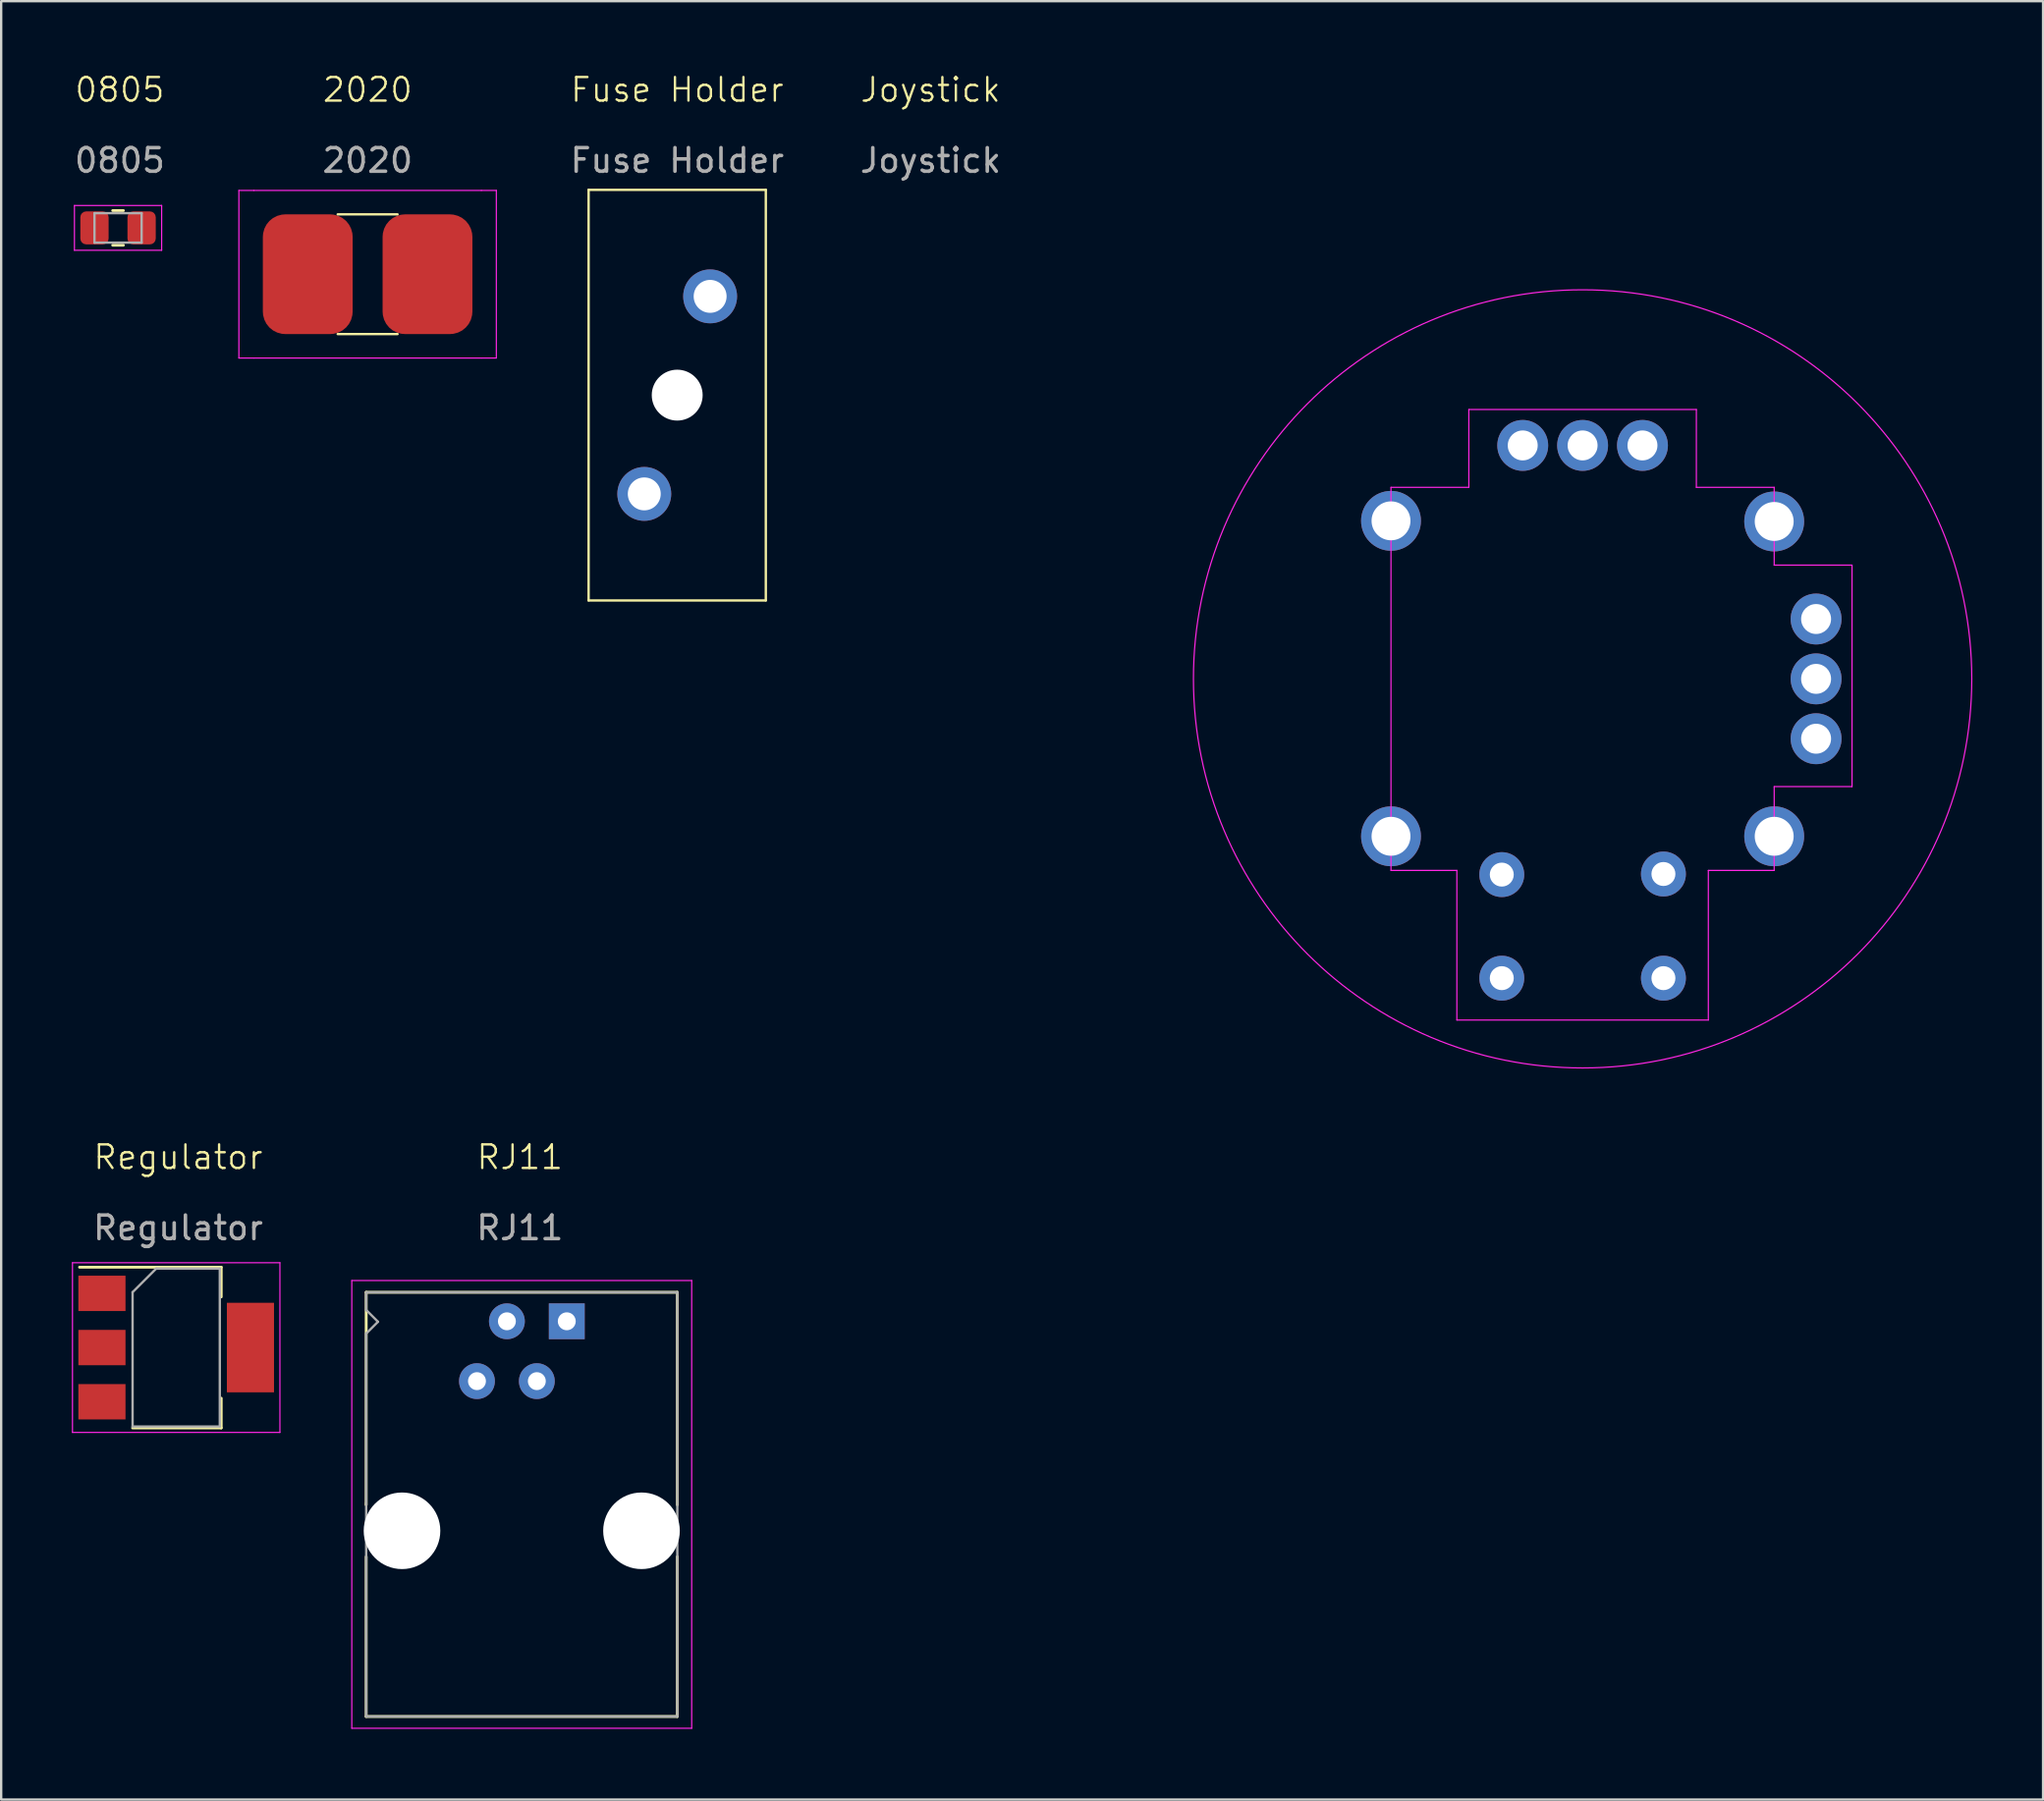
<source format=kicad_pcb>
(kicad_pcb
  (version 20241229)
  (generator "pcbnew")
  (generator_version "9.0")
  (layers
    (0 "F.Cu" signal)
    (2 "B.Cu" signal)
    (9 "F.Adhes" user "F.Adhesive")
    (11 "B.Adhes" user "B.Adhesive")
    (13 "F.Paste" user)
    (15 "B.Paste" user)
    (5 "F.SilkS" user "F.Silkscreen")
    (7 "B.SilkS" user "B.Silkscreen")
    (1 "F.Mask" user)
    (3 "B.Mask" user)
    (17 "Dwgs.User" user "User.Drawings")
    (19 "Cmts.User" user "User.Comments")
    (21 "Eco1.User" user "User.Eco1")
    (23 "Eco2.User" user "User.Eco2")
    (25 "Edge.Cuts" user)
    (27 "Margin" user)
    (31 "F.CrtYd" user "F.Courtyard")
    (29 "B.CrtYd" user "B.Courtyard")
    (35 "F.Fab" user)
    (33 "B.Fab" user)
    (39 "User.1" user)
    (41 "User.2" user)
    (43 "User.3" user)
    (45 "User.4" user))
  (footprint "0805"
    (layer "F.Cu")
    (at 2.03 6.554)
    (property "Reference" "0805" (at 0 -5.794 0) (unlocked yes) (layer "F.SilkS") (effects (font (size 1 1) (thickness 0.1))))
    (attr smd)
    (fp_line (start -0.299 -0.669) (end 0.155 -0.669) (stroke (width 0.12) (type solid)) (layer "F.SilkS"))
    (fp_line (start -0.299 0.801) (end 0.155 0.801) (stroke (width 0.12) (type solid)) (layer "F.SilkS"))
    (fp_line (start -1.922 -0.884) (end 1.778 -0.884) (stroke (width 0.05) (type solid)) (layer "F.CrtYd"))
    (fp_line (start -1.922 1.016) (end -1.922 -0.884) (stroke (width 0.05) (type solid)) (layer "F.CrtYd"))
    (fp_line (start 1.778 -0.884) (end 1.778 1.016) (stroke (width 0.05) (type solid)) (layer "F.CrtYd"))
    (fp_line (start 1.778 1.016) (end -1.922 1.016) (stroke (width 0.05) (type solid)) (layer "F.CrtYd"))
    (fp_line (start -1.072 -0.559) (end 0.928 -0.559) (stroke (width 0.1) (type solid)) (layer "F.Fab"))
    (fp_line (start -1.072 0.691) (end -1.072 -0.559) (stroke (width 0.1) (type solid)) (layer "F.Fab"))
    (fp_line (start 0.928 -0.559) (end 0.928 0.691) (stroke (width 0.1) (type solid)) (layer "F.Fab"))
    (fp_line (start 0.928 0.691) (end -1.072 0.691) (stroke (width 0.1) (type solid)) (layer "F.Fab"))
    (fp_text user "${REFERENCE}" (at 0 -2.794 0) (unlocked yes) (layer "F.Fab") (effects (font (size 1 1) (thickness 0.15))))
    (pad "1" smd roundrect (at -1.072 0.066) (size 1.2 1.4) (layers "F.Cu" "F.Mask" "F.Paste") (roundrect_rratio 0.208))
    (pad "2" smd roundrect (at 0.928 0.066) (size 1.2 1.4) (layers "F.Cu" "F.Mask" "F.Paste") (roundrect_rratio 0.208)))
  (footprint "RJ11"
    (layer "F.Cu")
    (at 19.107 60.305)
    (property "Reference" "RJ11" (at -0.102 -14.252 0) (unlocked yes) (layer "F.SilkS") (effects (font (size 1 1) (thickness 0.1))))
    (attr through_hole)
    (fp_line (start -6.622 -8.518) (end 6.578 -8.518) (stroke (width 0.12) (type solid)) (layer "F.SilkS"))
    (fp_line (start -6.622 0.432) (end -6.622 0.502) (stroke (width 0.1) (type solid)) (layer "F.SilkS"))
    (fp_line (start -6.622 0.502) (end -6.622 -8.518) (stroke (width 0.12) (type solid)) (layer "F.SilkS"))
    (fp_line (start -6.622 9.482) (end -6.622 2.702) (stroke (width 0.12) (type solid)) (layer "F.SilkS"))
    (fp_line (start 6.578 -8.518) (end 6.578 0.502) (stroke (width 0.12) (type solid)) (layer "F.SilkS"))
    (fp_line (start 6.578 9.362) (end 6.578 9.482) (stroke (width 0.1) (type solid)) (layer "F.SilkS"))
    (fp_line (start 6.578 9.472) (end 6.578 9.482) (stroke (width 0.1) (type solid)) (layer "F.SilkS"))
    (fp_line (start 6.578 9.482) (end -6.622 9.482) (stroke (width 0.12) (type solid)) (layer "F.SilkS"))
    (fp_line (start 6.578 9.482) (end 6.578 2.702) (stroke (width 0.12) (type solid)) (layer "F.SilkS"))
    (fp_line (start -7.232 -9.018) (end 7.188 -9.018) (stroke (width 0.05) (type solid)) (layer "F.CrtYd"))
    (fp_line (start -7.232 9.982) (end -7.232 -9.018) (stroke (width 0.05) (type solid)) (layer "F.CrtYd"))
    (fp_line (start 7.188 -9.018) (end 7.188 9.982) (stroke (width 0.05) (type solid)) (layer "F.CrtYd"))
    (fp_line (start 7.188 9.982) (end -7.232 9.982) (stroke (width 0.05) (type solid)) (layer "F.CrtYd"))
    (fp_line (start -6.622 -8.518) (end 6.578 -8.518) (stroke (width 0.1) (type solid)) (layer "F.Fab"))
    (fp_line (start -6.622 -7.768) (end -6.622 -8.518) (stroke (width 0.1) (type solid)) (layer "F.Fab"))
    (fp_line (start -6.622 -6.768) (end -6.122 -7.268) (stroke (width 0.1) (type solid)) (layer "F.Fab"))
    (fp_line (start -6.622 9.482) (end -6.622 -6.768) (stroke (width 0.1) (type solid)) (layer "F.Fab"))
    (fp_line (start -6.122 -7.268) (end -6.622 -7.768) (stroke (width 0.1) (type solid)) (layer "F.Fab"))
    (fp_line (start 6.578 -8.518) (end 6.578 9.482) (stroke (width 0.1) (type solid)) (layer "F.Fab"))
    (fp_line (start 6.578 9.482) (end -6.622 9.482) (stroke (width 0.1) (type solid)) (layer "F.Fab"))
    (fp_text user "${REFERENCE}" (at -0.102 -11.252 0) (unlocked yes) (layer "F.Fab") (effects (font (size 1 1) (thickness 0.15))))
    (pad "" np_thru_hole circle (at -5.102 1.602) (size 3.25 3.25) (drill 3.25) (layers "*.Cu" "*.Mask"))
    (pad "" np_thru_hole circle (at 5.058 1.602) (size 3.25 3.25) (drill 3.25) (layers "*.Cu" "*.Mask"))
    (pad "1" thru_hole rect (at 1.888 -7.288) (size 1.52 1.52) (drill 0.76) (layers "*.Cu" "*.Mask"))
    (pad "2" thru_hole circle (at 0.618 -4.748) (size 1.52 1.52) (drill 0.76) (layers "*.Cu" "*.Mask"))
    (pad "3" thru_hole circle (at -0.652 -7.288) (size 1.52 1.52) (drill 0.76) (layers "*.Cu" "*.Mask"))
    (pad "4" thru_hole circle (at -1.922 -4.748) (size 1.52 1.52) (drill 0.76) (layers "*.Cu" "*.Mask")))
  (footprint "Joystick"
    (layer "F.Cu")
    (at 64.091 25.757)
    (property "Reference" "Joystick" (at -27.661 -24.996 0) (unlocked yes) (layer "F.SilkS") (effects (font (size 1 1) (thickness 0.1))))
    (attr through_hole)
    (fp_line (start -8.129 -8.128) (end -8.129 8.128) (stroke (width 0.05) (type default)) (layer "F.CrtYd"))
    (fp_line (start -8.129 -8.128) (end -4.826 -8.128) (stroke (width 0.05) (type default)) (layer "F.CrtYd"))
    (fp_line (start -8.129 8.128) (end -5.334 8.128) (stroke (width 0.05) (type default)) (layer "F.CrtYd"))
    (fp_line (start -5.334 14.478) (end -5.334 8.128) (stroke (width 0.05) (type default)) (layer "F.CrtYd"))
    (fp_line (start -4.826 -11.43) (end -4.826 -8.128) (stroke (width 0.05) (type default)) (layer "F.CrtYd"))
    (fp_line (start 4.826 -11.43) (end -4.826 -11.43) (stroke (width 0.05) (type default)) (layer "F.CrtYd"))
    (fp_line (start 4.826 -8.128) (end 4.826 -11.43) (stroke (width 0.05) (type default)) (layer "F.CrtYd"))
    (fp_line (start 5.334 8.128) (end 5.334 14.478) (stroke (width 0.05) (type default)) (layer "F.CrtYd"))
    (fp_line (start 5.334 14.478) (end -5.334 14.478) (stroke (width 0.05) (type default)) (layer "F.CrtYd"))
    (fp_line (start 8.127 -8.128) (end 4.826 -8.128) (stroke (width 0.05) (type default)) (layer "F.CrtYd"))
    (fp_line (start 8.127 -8.128) (end 8.128 -4.826) (stroke (width 0.05) (type default)) (layer "F.CrtYd"))
    (fp_line (start 8.127 8.128) (end 5.334 8.128) (stroke (width 0.05) (type default)) (layer "F.CrtYd"))
    (fp_line (start 8.127 8.128) (end 8.128 4.572) (stroke (width 0.05) (type default)) (layer "F.CrtYd"))
    (fp_line (start 8.128 -4.826) (end 11.43 -4.826) (stroke (width 0.05) (type default)) (layer "F.CrtYd"))
    (fp_line (start 8.128 4.572) (end 11.43 4.572) (stroke (width 0.05) (type default)) (layer "F.CrtYd"))
    (fp_line (start 11.43 4.572) (end 11.43 -4.826) (stroke (width 0.05) (type default)) (layer "F.CrtYd"))
    (fp_circle (center 0 0) (end 16.51 0) (stroke (width 0.05) (type default)) (fill no) (layer "F.CrtYd"))
    (fp_text user "${REFERENCE}" (at -27.661 -21.996 0) (unlocked yes) (layer "F.Fab") (effects (font (size 1 1) (thickness 0.15))))
    (pad "1" thru_hole circle (at 9.906 -2.54) (size 2.159 2.159) (drill 1.27) (layers "*.Cu" "*.Mask"))
    (pad "2" thru_hole circle (at 9.906 0) (size 2.159 2.159) (drill 1.27) (layers "*.Cu" "*.Mask"))
    (pad "3" thru_hole circle (at 9.906 2.54) (size 2.159 2.159) (drill 1.27) (layers "*.Cu" "*.Mask"))
    (pad "4" thru_hole circle (at -2.54 -9.906) (size 2.159 2.159) (drill 1.27) (layers "*.Cu" "*.Mask"))
    (pad "5" thru_hole circle (at 0 -9.906) (size 2.159 2.159) (drill 1.27) (layers "*.Cu" "*.Mask"))
    (pad "6" thru_hole circle (at 2.54 -9.906) (size 2.159 2.159) (drill 1.27) (layers "*.Cu" "*.Mask"))
    (pad "7" thru_hole circle (at -3.429 8.306) (size 1.905 1.905) (drill 1.016) (layers "*.Cu" "*.Mask"))
    (pad "7" thru_hole circle (at 3.429 8.28) (size 1.905 1.905) (drill 1.016) (layers "*.Cu" "*.Mask"))
    (pad "8" thru_hole circle (at -3.429 12.7) (size 1.905 1.905) (drill 1.016) (layers "*.Cu" "*.Mask"))
    (pad "8" thru_hole circle (at 3.429 12.7) (size 1.905 1.905) (drill 1.016) (layers "*.Cu" "*.Mask"))
    (pad "9" thru_hole circle (at -8.128 -6.706) (size 2.54 2.54) (drill 1.651) (layers "*.Cu" "*.Mask"))
    (pad "9" thru_hole circle (at -8.128 6.68) (size 2.54 2.54) (drill 1.651) (layers "*.Cu" "*.Mask"))
    (pad "9" thru_hole circle (at 8.128 -6.68) (size 2.54 2.54) (drill 1.651) (layers "*.Cu" "*.Mask"))
    (pad "9" thru_hole circle (at 8.128 6.68) (size 2.54 2.54) (drill 1.651) (layers "*.Cu" "*.Mask")))
  (footprint "Regulator"
    (layer "F.Cu")
    (at 4.507 53.878)
    (property "Reference" "Regulator" (at 0 -7.826 0) (unlocked yes) (layer "F.SilkS") (effects (font (size 1 1) (thickness 0.1))))
    (attr smd)
    (fp_line (start -4.182 -3.156) (end 1.828 -3.156) (stroke (width 0.12) (type solid)) (layer "F.SilkS"))
    (fp_line (start -1.932 3.664) (end 1.828 3.664) (stroke (width 0.12) (type solid)) (layer "F.SilkS"))
    (fp_line (start 1.828 -3.156) (end 1.828 -1.896) (stroke (width 0.12) (type solid)) (layer "F.SilkS"))
    (fp_line (start 1.828 3.664) (end 1.828 2.404) (stroke (width 0.12) (type solid)) (layer "F.SilkS"))
    (fp_line (start -4.482 -3.346) (end -4.482 3.854) (stroke (width 0.05) (type solid)) (layer "F.CrtYd"))
    (fp_line (start -4.482 3.854) (end 4.318 3.854) (stroke (width 0.05) (type solid)) (layer "F.CrtYd"))
    (fp_line (start 4.318 -3.346) (end -4.482 -3.346) (stroke (width 0.05) (type solid)) (layer "F.CrtYd"))
    (fp_line (start 4.318 3.854) (end 4.318 -3.346) (stroke (width 0.05) (type solid)) (layer "F.CrtYd"))
    (fp_line (start -1.932 -2.096) (end -1.932 3.604) (stroke (width 0.1) (type solid)) (layer "F.Fab"))
    (fp_line (start -1.932 -2.096) (end -0.932 -3.096) (stroke (width 0.1) (type solid)) (layer "F.Fab"))
    (fp_line (start -1.932 3.604) (end 1.768 3.604) (stroke (width 0.1) (type solid)) (layer "F.Fab"))
    (fp_line (start -0.932 -3.096) (end 1.768 -3.096) (stroke (width 0.1) (type solid)) (layer "F.Fab"))
    (fp_line (start 1.768 -3.096) (end 1.768 3.604) (stroke (width 0.1) (type solid)) (layer "F.Fab"))
    (fp_text user "${REFERENCE}" (at 0 -4.826 0) (unlocked yes) (layer "F.Fab") (effects (font (size 1 1) (thickness 0.15))))
    (pad "1" smd rect (at -3.232 -2.046) (size 2 1.5) (layers "F.Cu" "F.Mask" "F.Paste"))
    (pad "2" smd rect (at -3.232 0.254) (size 2 1.5) (layers "F.Cu" "F.Mask" "F.Paste"))
    (pad "2" smd rect (at 3.068 0.254) (size 2 3.8) (layers "F.Cu" "F.Mask" "F.Paste"))
    (pad "3" smd rect (at -3.232 2.554) (size 2 1.5) (layers "F.Cu" "F.Mask" "F.Paste")))
  (footprint "Fuse Holder"
    (layer "F.Cu")
    (at 25.68 13.717)
    (property "Reference" "Fuse Holder" (at 0 -12.957 0) (unlocked yes) (layer "F.SilkS") (effects (font (size 1 1) (thickness 0.1))))
    (attr through_hole)
    (fp_line (start -3.759 -8.712) (end -3.759 8.712) (stroke (width 0.1) (type default)) (layer "F.SilkS"))
    (fp_line (start -3.759 -8.712) (end 3.759 -8.712) (stroke (width 0.1) (type default)) (layer "F.SilkS"))
    (fp_line (start -3.759 8.712) (end 3.759 8.712) (stroke (width 0.1) (type default)) (layer "F.SilkS"))
    (fp_line (start 3.759 -8.712) (end 3.759 8.712) (stroke (width 0.1) (type default)) (layer "F.SilkS"))
    (fp_text user "${REFERENCE}" (at 0 -9.957 0) (unlocked yes) (layer "F.Fab") (effects (font (size 1 1) (thickness 0.15))))
    (pad "" np_thru_hole circle (at 0 0) (size 2.159 2.159) (drill 3.708) (layers "*.Cu" "*.Mask"))
    (pad "1" thru_hole circle (at 1.397 -4.191) (size 2.286 2.286) (drill 1.397) (layers "*.Cu" "*.Mask"))
    (pad "2" thru_hole circle (at -1.397 4.191) (size 2.286 2.286) (drill 1.397) (layers "*.Cu" "*.Mask")))
  (footprint "2020"
    (layer "F.Cu")
    (at 12.546 8.586)
    (property "Reference" "2020" (at 0 -7.826 0) (unlocked yes) (layer "F.SilkS") (effects (font (size 1 1) (thickness 0.1))))
    (attr smd)
    (fp_line (start 1.27 -2.54) (end -1.27 -2.54) (stroke (width 0.1) (type default)) (layer "F.SilkS"))
    (fp_line (start 1.27 2.54) (end -1.27 2.54) (stroke (width 0.1) (type default)) (layer "F.SilkS"))
    (fp_line (start -5.461 -3.556) (end -5.461 3.556) (stroke (width 0.05) (type default)) (layer "F.CrtYd"))
    (fp_line (start -5.461 -3.556) (end -4.826 -3.556) (stroke (width 0.05) (type default)) (layer "F.CrtYd"))
    (fp_line (start -5.461 3.556) (end -4.826 3.556) (stroke (width 0.05) (type default)) (layer "F.CrtYd"))
    (fp_line (start -4.826 -3.556) (end 4.826 -3.556) (stroke (width 0.05) (type default)) (layer "F.CrtYd"))
    (fp_line (start 4.826 3.556) (end -4.826 3.556) (stroke (width 0.05) (type default)) (layer "F.CrtYd"))
    (fp_line (start 5.461 -3.556) (end 4.826 -3.556) (stroke (width 0.05) (type default)) (layer "F.CrtYd"))
    (fp_line (start 5.461 -3.556) (end 5.461 3.556) (stroke (width 0.05) (type default)) (layer "F.CrtYd"))
    (fp_line (start 5.461 3.556) (end 4.826 3.556) (stroke (width 0.05) (type default)) (layer "F.CrtYd"))
    (fp_text user "${REFERENCE}" (at 0 -4.826 0) (unlocked yes) (layer "F.Fab") (effects (font (size 1 1) (thickness 0.15))))
    (pad "1" smd roundrect (at -2.54 0) (size 3.81 5.08) (layers "F.Cu" "F.Mask" "F.Paste") (roundrect_rratio 0.25))
    (pad "2" smd roundrect (at 2.54 0) (size 3.81 5.08) (layers "F.Cu" "F.Mask" "F.Paste") (roundrect_rratio 0.25)))
  (gr_rect
    (start -3 -3)
    (end 83.626 73.312)
    (stroke (width 0.1) (type default))
    (fill no)
    (layer "Edge.Cuts")))
</source>
